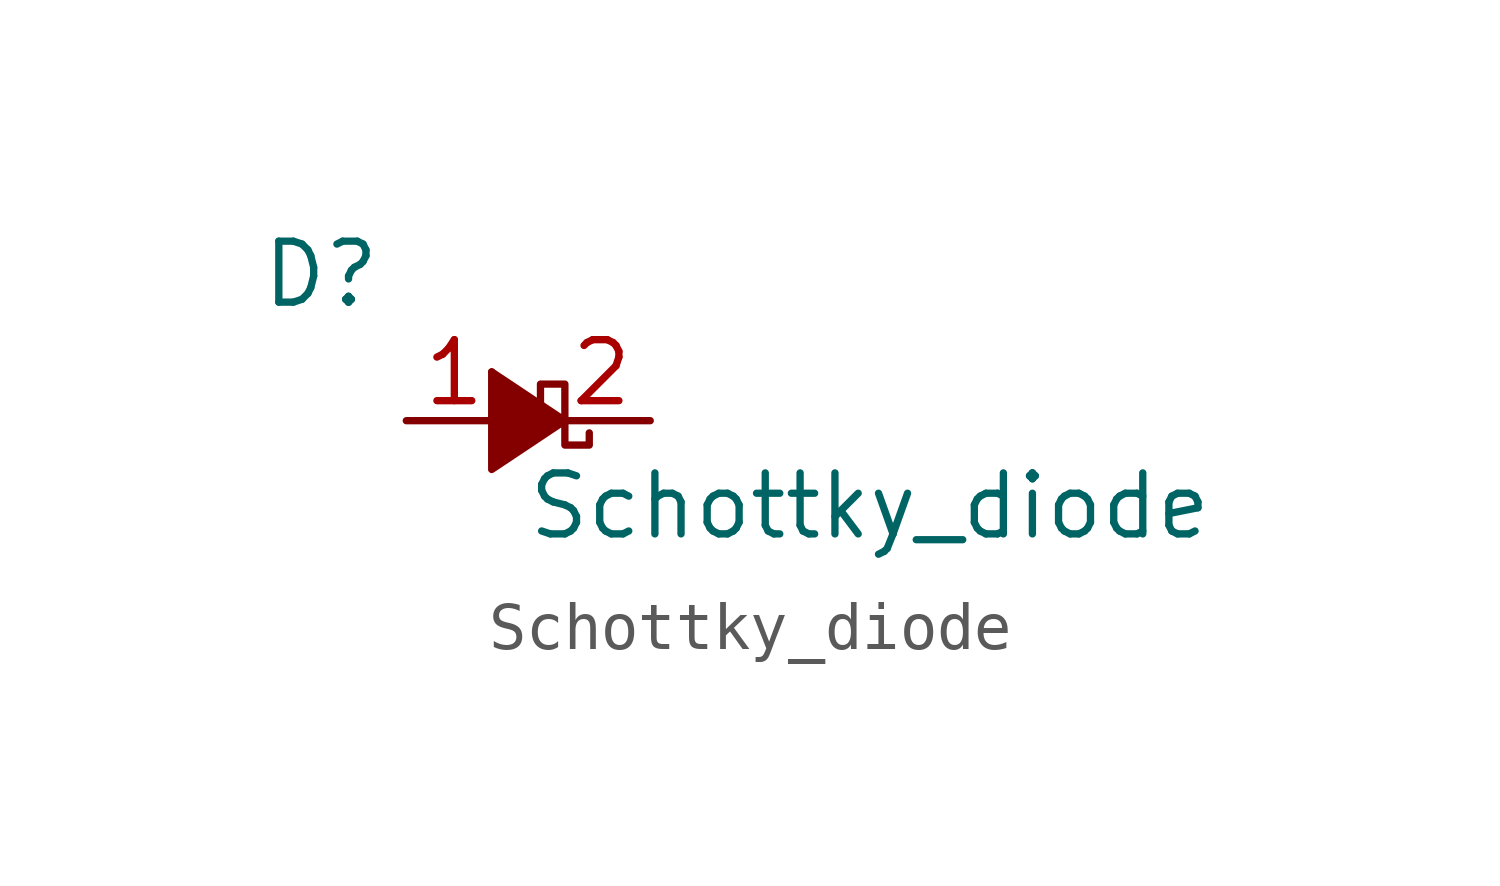
<source format=kicad_sym>
(kicad_symbol_lib
  (version 20211014)
  (generator kicad_symbol_editor)
  (symbol "Schottky_diode"
    (property "Reference" "D"
      (at -4.318 3.048 0)
      (effects (font (size 1.27 1.27))))
    (property "Value" "Schottky_diode"
      (at 7.112 -1.778 0)
      (effects (font (size 1.27 1.27))))
    (symbol "Schottky_diode_0_1"
      (polyline (pts (xy -0.762 1.016) (xy 0.762 0)) (stroke (width 0) (type default) (color 0 0 0 0)) (fill (type none)))
      (polyline (pts (xy -0.762 1.016) (xy -0.762 -1.016) (xy 0.762 0)) (stroke (width 0) (type default) (color 0 0 0 0)) (fill (type outline)))
      (polyline (pts (xy 0.254 0.254) (xy 0.254 0.762) (xy 0.762 0.762) (xy 0.762 -0.508) (xy 1.27 -0.508) (xy 1.27 -0.254)) (stroke (width 0) (type default) (color 0 0 0 0)) (fill (type none))))
    (symbol "Schottky_diode_1_1"
      (pin bidirectional line (at -2.54 0 0) (length 2) (name "~" (effects (font (size 1.27 1.27)))) (number "1" (effects (font (size 1.27 1.27)))))
      (pin bidirectional line (at 2.54 0 180) (length 2.032) (name "~" (effects (font (size 1.27 1.27)))) (number "2" (effects (font (size 1.27 1.27))))))))
</source>
